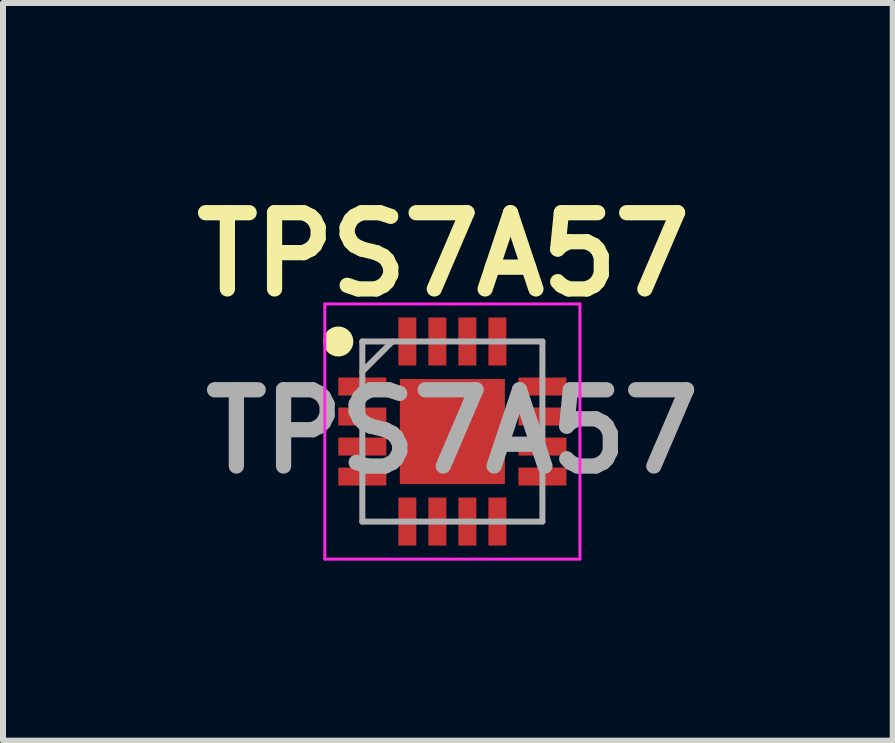
<source format=kicad_pcb>
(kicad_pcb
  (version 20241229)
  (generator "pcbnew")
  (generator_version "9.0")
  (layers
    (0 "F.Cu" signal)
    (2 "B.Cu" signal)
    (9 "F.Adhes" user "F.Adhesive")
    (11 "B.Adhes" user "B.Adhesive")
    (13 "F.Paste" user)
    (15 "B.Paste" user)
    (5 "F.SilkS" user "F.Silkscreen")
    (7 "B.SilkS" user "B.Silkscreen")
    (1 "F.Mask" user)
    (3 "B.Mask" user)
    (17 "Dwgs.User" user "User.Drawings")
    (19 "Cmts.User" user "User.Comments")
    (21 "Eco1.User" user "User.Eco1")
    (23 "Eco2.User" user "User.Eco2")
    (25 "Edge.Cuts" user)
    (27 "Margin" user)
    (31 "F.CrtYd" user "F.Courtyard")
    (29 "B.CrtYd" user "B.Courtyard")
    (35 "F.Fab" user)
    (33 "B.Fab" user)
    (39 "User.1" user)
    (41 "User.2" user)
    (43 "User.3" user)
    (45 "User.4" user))
  (footprint "TPS7A57"
    (layer "F.Cu")
    (at 4.486 4.139)
    (property "Reference" "TPS7A57" (at -0.15 -2.95 0) (layer "F.SilkS") (effects (font (size 1.27 1.27) (thickness 0.254))))
    (attr smd)
    (fp_circle (center -1.9 -1.5) (end -1.9 -1.375) (stroke (width 0.25) (type solid)) (fill no) (layer "F.SilkS"))
    (fp_line (start -2.125 -2.125) (end 2.125 -2.125) (stroke (width 0.05) (type solid)) (layer "F.CrtYd"))
    (fp_line (start -2.125 2.125) (end -2.125 -2.125) (stroke (width 0.05) (type solid)) (layer "F.CrtYd"))
    (fp_line (start 2.125 -2.125) (end 2.125 2.125) (stroke (width 0.05) (type solid)) (layer "F.CrtYd"))
    (fp_line (start 2.125 2.125) (end -2.125 2.125) (stroke (width 0.05) (type solid)) (layer "F.CrtYd"))
    (fp_line (start -1.5 -1.5) (end 1.5 -1.5) (stroke (width 0.1) (type solid)) (layer "F.Fab"))
    (fp_line (start -1.5 -1) (end -1 -1.5) (stroke (width 0.1) (type solid)) (layer "F.Fab"))
    (fp_line (start -1.5 1.5) (end -1.5 -1.5) (stroke (width 0.1) (type solid)) (layer "F.Fab"))
    (fp_line (start 1.5 -1.5) (end 1.5 1.5) (stroke (width 0.1) (type solid)) (layer "F.Fab"))
    (fp_line (start 1.5 1.5) (end -1.5 1.5) (stroke (width 0.1) (type solid)) (layer "F.Fab"))
    (fp_text user "${REFERENCE}" (at 0 0 0) (layer "F.Fab") (effects (font (size 1.27 1.27) (thickness 0.254))))
    (pad "1" smd rect (at -1.5 -0.75 90) (size 0.3 0.8) (layers "F.Cu" "F.Mask" "F.Paste"))
    (pad "2" smd rect (at -1.5 -0.25 90) (size 0.3 0.8) (layers "F.Cu" "F.Mask" "F.Paste"))
    (pad "3" smd rect (at -1.5 0.25 90) (size 0.3 0.8) (layers "F.Cu" "F.Mask" "F.Paste"))
    (pad "4" smd rect (at -1.5 0.75 90) (size 0.3 0.8) (layers "F.Cu" "F.Mask" "F.Paste"))
    (pad "5" smd rect (at -0.75 1.5) (size 0.3 0.8) (layers "F.Cu" "F.Mask" "F.Paste"))
    (pad "6" smd rect (at -0.25 1.5) (size 0.3 0.8) (layers "F.Cu" "F.Mask" "F.Paste"))
    (pad "7" smd rect (at 0.25 1.5) (size 0.3 0.8) (layers "F.Cu" "F.Mask" "F.Paste"))
    (pad "8" smd rect (at 0.75 1.5) (size 0.3 0.8) (layers "F.Cu" "F.Mask" "F.Paste"))
    (pad "9" smd rect (at 1.5 0.75 90) (size 0.3 0.8) (layers "F.Cu" "F.Mask" "F.Paste"))
    (pad "10" smd rect (at 1.5 0.25 90) (size 0.3 0.8) (layers "F.Cu" "F.Mask" "F.Paste"))
    (pad "11" smd rect (at 1.5 -0.25 90) (size 0.3 0.8) (layers "F.Cu" "F.Mask" "F.Paste"))
    (pad "12" smd rect (at 1.5 -0.75 90) (size 0.3 0.8) (layers "F.Cu" "F.Mask" "F.Paste"))
    (pad "13" smd rect (at 0.75 -1.5) (size 0.3 0.8) (layers "F.Cu" "F.Mask" "F.Paste"))
    (pad "14" smd rect (at 0.25 -1.5) (size 0.3 0.8) (layers "F.Cu" "F.Mask" "F.Paste"))
    (pad "15" smd rect (at -0.25 -1.5) (size 0.3 0.8) (layers "F.Cu" "F.Mask" "F.Paste"))
    (pad "16" smd rect (at -0.75 -1.5) (size 0.3 0.8) (layers "F.Cu" "F.Mask" "F.Paste"))
    (pad "17" smd rect (at 0 0) (size 1.75 1.75) (layers "F.Cu" "F.Mask" "F.Paste")))
  (gr_rect
    (start -3 -3)
    (end 11.822 9.289)
    (stroke (width 0.1) (type default))
    (fill no)
    (layer "Edge.Cuts")))
</source>
